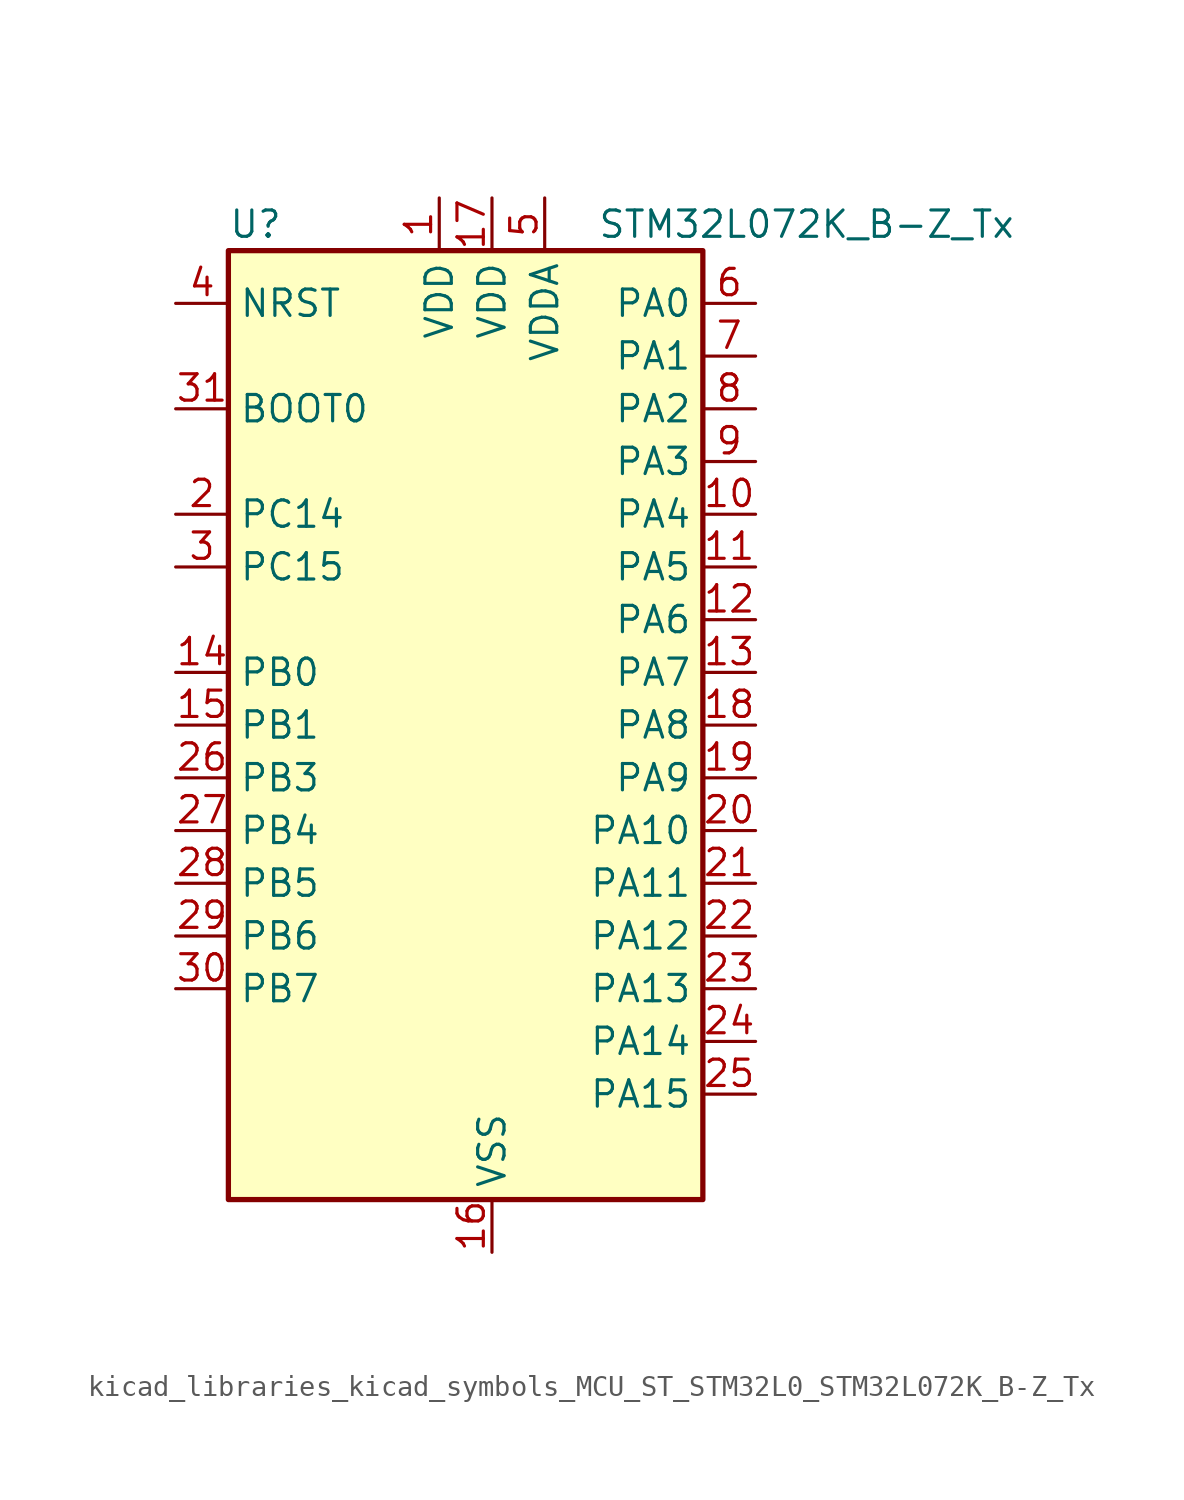
<source format=kicad_sym>
(kicad_symbol_lib
  (version 20220914)
  (generator kicad_symbol_editor)
  (symbol "kicad_libraries_kicad_symbols_MCU_ST_STM32L0_STM32L072K_B-Z_Tx"
    (property "Reference" "U"
      (at -10.16 24.13 0)
      (effects (font (size 1.27 1.27)) (justify left)))
    (property "Value" "STM32L072K_B-Z_Tx"
      (at 7.62 24.13 0)
      (effects (font (size 1.27 1.27)) (justify left)))
    (property "ki_locked" ""
      (at 0 0 0)
      (effects (font (size 1.27 1.27))))
    (symbol "kicad_libraries_kicad_symbols_MCU_ST_STM32L0_STM32L072K_B-Z_Tx_0_1"
      (rectangle (start -10.16 -22.86) (end 12.7 22.86) (stroke (width 0.254) (type default)) (fill (type background))))
    (symbol "kicad_libraries_kicad_symbols_MCU_ST_STM32L0_STM32L072K_B-Z_Tx_1_1"
      (pin power_in line (at 0 25.4 270) (length 2.54) (name "VDD" (effects (font (size 1.27 1.27)))) (number "1" (effects (font (size 1.27 1.27)))))
      (pin bidirectional line (at 15.24 10.16 180) (length 2.54) (name "PA4" (effects (font (size 1.27 1.27)))) (number "10" (effects (font (size 1.27 1.27)))) (alternate "ADC_IN4" bidirectional line) (alternate "COMP1_INM" bidirectional line) (alternate "COMP2_INM" bidirectional line) (alternate "DAC_OUT1" bidirectional line) (alternate "SPI1_NSS" bidirectional line) (alternate "TIM22_ETR" bidirectional line) (alternate "TSC_G2_IO1" bidirectional line) (alternate "USART2_CK" bidirectional line))
      (pin bidirectional line (at 15.24 7.62 180) (length 2.54) (name "PA5" (effects (font (size 1.27 1.27)))) (number "11" (effects (font (size 1.27 1.27)))) (alternate "ADC_IN5" bidirectional line) (alternate "COMP1_INM" bidirectional line) (alternate "COMP2_INM" bidirectional line) (alternate "DAC_OUT2" bidirectional line) (alternate "SPI1_SCK" bidirectional line) (alternate "TIM2_CH1" bidirectional line) (alternate "TIM2_ETR" bidirectional line) (alternate "TSC_G2_IO2" bidirectional line))
      (pin bidirectional line (at 15.24 5.08 180) (length 2.54) (name "PA6" (effects (font (size 1.27 1.27)))) (number "12" (effects (font (size 1.27 1.27)))) (alternate "ADC_IN6" bidirectional line) (alternate "COMP1_OUT" bidirectional line) (alternate "LPUART1_CTS" bidirectional line) (alternate "SPI1_MISO" bidirectional line) (alternate "TIM22_CH1" bidirectional line) (alternate "TIM3_CH1" bidirectional line) (alternate "TSC_G2_IO3" bidirectional line))
      (pin bidirectional line (at 15.24 2.54 180) (length 2.54) (name "PA7" (effects (font (size 1.27 1.27)))) (number "13" (effects (font (size 1.27 1.27)))) (alternate "ADC_IN7" bidirectional line) (alternate "COMP2_OUT" bidirectional line) (alternate "SPI1_MOSI" bidirectional line) (alternate "TIM22_CH2" bidirectional line) (alternate "TIM3_CH2" bidirectional line) (alternate "TSC_G2_IO4" bidirectional line))
      (pin bidirectional line (at -12.7 2.54 0) (length 2.54) (name "PB0" (effects (font (size 1.27 1.27)))) (number "14" (effects (font (size 1.27 1.27)))) (alternate "ADC_IN8" bidirectional line) (alternate "SYS_VREF_OUT_PB0" bidirectional line) (alternate "TIM3_CH3" bidirectional line) (alternate "TSC_G3_IO2" bidirectional line))
      (pin bidirectional line (at -12.7 0 0) (length 2.54) (name "PB1" (effects (font (size 1.27 1.27)))) (number "15" (effects (font (size 1.27 1.27)))) (alternate "ADC_IN9" bidirectional line) (alternate "LPUART1_DE" bidirectional line) (alternate "LPUART1_RTS" bidirectional line) (alternate "SYS_VREF_OUT_PB1" bidirectional line) (alternate "TIM3_CH4" bidirectional line) (alternate "TSC_G3_IO3" bidirectional line))
      (pin power_in line (at 2.54 -25.4 90) (length 2.54) (name "VSS" (effects (font (size 1.27 1.27)))) (number "16" (effects (font (size 1.27 1.27)))))
      (pin power_in line (at 2.54 25.4 270) (length 2.54) (name "VDD" (effects (font (size 1.27 1.27)))) (number "17" (effects (font (size 1.27 1.27)))))
      (pin bidirectional line (at 15.24 0 180) (length 2.54) (name "PA8" (effects (font (size 1.27 1.27)))) (number "18" (effects (font (size 1.27 1.27)))) (alternate "CRS_SYNC" bidirectional line) (alternate "I2C3_SCL" bidirectional line) (alternate "RCC_MCO" bidirectional line) (alternate "USART1_CK" bidirectional line))
      (pin bidirectional line (at 15.24 -2.54 180) (length 2.54) (name "PA9" (effects (font (size 1.27 1.27)))) (number "19" (effects (font (size 1.27 1.27)))) (alternate "DAC_EXTI9" bidirectional line) (alternate "I2C1_SCL" bidirectional line) (alternate "I2C3_SMBA" bidirectional line) (alternate "RCC_MCO" bidirectional line) (alternate "TSC_G4_IO1" bidirectional line) (alternate "USART1_TX" bidirectional line))
      (pin bidirectional line (at -12.7 10.16 0) (length 2.54) (name "PC14" (effects (font (size 1.27 1.27)))) (number "2" (effects (font (size 1.27 1.27)))) (alternate "RCC_OSC32_IN" bidirectional line))
      (pin bidirectional line (at 15.24 -5.08 180) (length 2.54) (name "PA10" (effects (font (size 1.27 1.27)))) (number "20" (effects (font (size 1.27 1.27)))) (alternate "I2C1_SDA" bidirectional line) (alternate "TSC_G4_IO2" bidirectional line) (alternate "USART1_RX" bidirectional line))
      (pin bidirectional line (at 15.24 -7.62 180) (length 2.54) (name "PA11" (effects (font (size 1.27 1.27)))) (number "21" (effects (font (size 1.27 1.27)))) (alternate "ADC_EXTI11" bidirectional line) (alternate "COMP1_OUT" bidirectional line) (alternate "SPI1_MISO" bidirectional line) (alternate "TSC_G4_IO3" bidirectional line) (alternate "USART1_CTS" bidirectional line) (alternate "USB_DM" bidirectional line))
      (pin bidirectional line (at 15.24 -10.16 180) (length 2.54) (name "PA12" (effects (font (size 1.27 1.27)))) (number "22" (effects (font (size 1.27 1.27)))) (alternate "COMP2_OUT" bidirectional line) (alternate "SPI1_MOSI" bidirectional line) (alternate "TSC_G4_IO4" bidirectional line) (alternate "USART1_DE" bidirectional line) (alternate "USART1_RTS" bidirectional line) (alternate "USB_DP" bidirectional line))
      (pin bidirectional line (at 15.24 -12.7 180) (length 2.54) (name "PA13" (effects (font (size 1.27 1.27)))) (number "23" (effects (font (size 1.27 1.27)))) (alternate "LPUART1_RX" bidirectional line) (alternate "SYS_SWDIO" bidirectional line) (alternate "USB_NOE" bidirectional line))
      (pin bidirectional line (at 15.24 -15.24 180) (length 2.54) (name "PA14" (effects (font (size 1.27 1.27)))) (number "24" (effects (font (size 1.27 1.27)))) (alternate "LPUART1_TX" bidirectional line) (alternate "SYS_SWCLK" bidirectional line) (alternate "USART2_TX" bidirectional line))
      (pin bidirectional line (at 15.24 -17.78 180) (length 2.54) (name "PA15" (effects (font (size 1.27 1.27)))) (number "25" (effects (font (size 1.27 1.27)))) (alternate "SPI1_NSS" bidirectional line) (alternate "TIM2_CH1" bidirectional line) (alternate "TIM2_ETR" bidirectional line) (alternate "USART2_RX" bidirectional line) (alternate "USART4_DE" bidirectional line) (alternate "USART4_RTS" bidirectional line))
      (pin bidirectional line (at -12.7 -2.54 0) (length 2.54) (name "PB3" (effects (font (size 1.27 1.27)))) (number "26" (effects (font (size 1.27 1.27)))) (alternate "COMP2_INM" bidirectional line) (alternate "SPI1_SCK" bidirectional line) (alternate "TIM2_CH2" bidirectional line) (alternate "TSC_G5_IO1" bidirectional line) (alternate "USART1_DE" bidirectional line) (alternate "USART1_RTS" bidirectional line) (alternate "USART5_TX" bidirectional line))
      (pin bidirectional line (at -12.7 -5.08 0) (length 2.54) (name "PB4" (effects (font (size 1.27 1.27)))) (number "27" (effects (font (size 1.27 1.27)))) (alternate "COMP2_INP" bidirectional line) (alternate "I2C3_SDA" bidirectional line) (alternate "SPI1_MISO" bidirectional line) (alternate "TIM22_CH1" bidirectional line) (alternate "TIM3_CH1" bidirectional line) (alternate "TSC_G5_IO2" bidirectional line) (alternate "USART1_CTS" bidirectional line) (alternate "USART5_RX" bidirectional line))
      (pin bidirectional line (at -12.7 -7.62 0) (length 2.54) (name "PB5" (effects (font (size 1.27 1.27)))) (number "28" (effects (font (size 1.27 1.27)))) (alternate "COMP2_INP" bidirectional line) (alternate "I2C1_SMBA" bidirectional line) (alternate "LPTIM1_IN1" bidirectional line) (alternate "SPI1_MOSI" bidirectional line) (alternate "TIM22_CH2" bidirectional line) (alternate "TIM3_CH2" bidirectional line) (alternate "USART1_CK" bidirectional line) (alternate "USART5_CK" bidirectional line) (alternate "USART5_DE" bidirectional line) (alternate "USART5_RTS" bidirectional line))
      (pin bidirectional line (at -12.7 -10.16 0) (length 2.54) (name "PB6" (effects (font (size 1.27 1.27)))) (number "29" (effects (font (size 1.27 1.27)))) (alternate "COMP2_INP" bidirectional line) (alternate "I2C1_SCL" bidirectional line) (alternate "LPTIM1_ETR" bidirectional line) (alternate "TSC_G5_IO3" bidirectional line) (alternate "USART1_TX" bidirectional line))
      (pin bidirectional line (at -12.7 7.62 0) (length 2.54) (name "PC15" (effects (font (size 1.27 1.27)))) (number "3" (effects (font (size 1.27 1.27)))) (alternate "RCC_OSC32_OUT" bidirectional line))
      (pin bidirectional line (at -12.7 -12.7 0) (length 2.54) (name "PB7" (effects (font (size 1.27 1.27)))) (number "30" (effects (font (size 1.27 1.27)))) (alternate "COMP2_INP" bidirectional line) (alternate "I2C1_SDA" bidirectional line) (alternate "LPTIM1_IN2" bidirectional line) (alternate "SYS_PVD_IN" bidirectional line) (alternate "TSC_G5_IO4" bidirectional line) (alternate "USART1_RX" bidirectional line) (alternate "USART4_CTS" bidirectional line))
      (pin input line (at -12.7 15.24 0) (length 2.54) (name "BOOT0" (effects (font (size 1.27 1.27)))) (number "31" (effects (font (size 1.27 1.27)))))
      (pin passive line (at 2.54 -25.4 90) (length 2.54) hide (name "VSS" (effects (font (size 1.27 1.27)))) (number "32" (effects (font (size 1.27 1.27)))))
      (pin input line (at -12.7 20.32 0) (length 2.54) (name "NRST" (effects (font (size 1.27 1.27)))) (number "4" (effects (font (size 1.27 1.27)))))
      (pin power_in line (at 5.08 25.4 270) (length 2.54) (name "VDDA" (effects (font (size 1.27 1.27)))) (number "5" (effects (font (size 1.27 1.27)))))
      (pin bidirectional line (at 15.24 20.32 180) (length 2.54) (name "PA0" (effects (font (size 1.27 1.27)))) (number "6" (effects (font (size 1.27 1.27)))) (alternate "ADC_IN0" bidirectional line) (alternate "COMP1_INM" bidirectional line) (alternate "COMP1_OUT" bidirectional line) (alternate "RTC_TAMP2" bidirectional line) (alternate "SYS_WKUP1" bidirectional line) (alternate "TIM2_CH1" bidirectional line) (alternate "TIM2_ETR" bidirectional line) (alternate "TSC_G1_IO1" bidirectional line) (alternate "USART2_CTS" bidirectional line) (alternate "USART4_TX" bidirectional line))
      (pin bidirectional line (at 15.24 17.78 180) (length 2.54) (name "PA1" (effects (font (size 1.27 1.27)))) (number "7" (effects (font (size 1.27 1.27)))) (alternate "ADC_IN1" bidirectional line) (alternate "COMP1_INP" bidirectional line) (alternate "TIM21_ETR" bidirectional line) (alternate "TIM2_CH2" bidirectional line) (alternate "TSC_G1_IO2" bidirectional line) (alternate "USART2_DE" bidirectional line) (alternate "USART2_RTS" bidirectional line) (alternate "USART4_RX" bidirectional line))
      (pin bidirectional line (at 15.24 15.24 180) (length 2.54) (name "PA2" (effects (font (size 1.27 1.27)))) (number "8" (effects (font (size 1.27 1.27)))) (alternate "ADC_IN2" bidirectional line) (alternate "COMP2_INM" bidirectional line) (alternate "COMP2_OUT" bidirectional line) (alternate "LPUART1_TX" bidirectional line) (alternate "TIM21_CH1" bidirectional line) (alternate "TIM2_CH3" bidirectional line) (alternate "TSC_G1_IO3" bidirectional line) (alternate "USART2_TX" bidirectional line))
      (pin bidirectional line (at 15.24 12.7 180) (length 2.54) (name "PA3" (effects (font (size 1.27 1.27)))) (number "9" (effects (font (size 1.27 1.27)))) (alternate "ADC_IN3" bidirectional line) (alternate "COMP2_INP" bidirectional line) (alternate "LPUART1_RX" bidirectional line) (alternate "TIM21_CH2" bidirectional line) (alternate "TIM2_CH4" bidirectional line) (alternate "TSC_G1_IO4" bidirectional line) (alternate "USART2_RX" bidirectional line)))))
</source>
